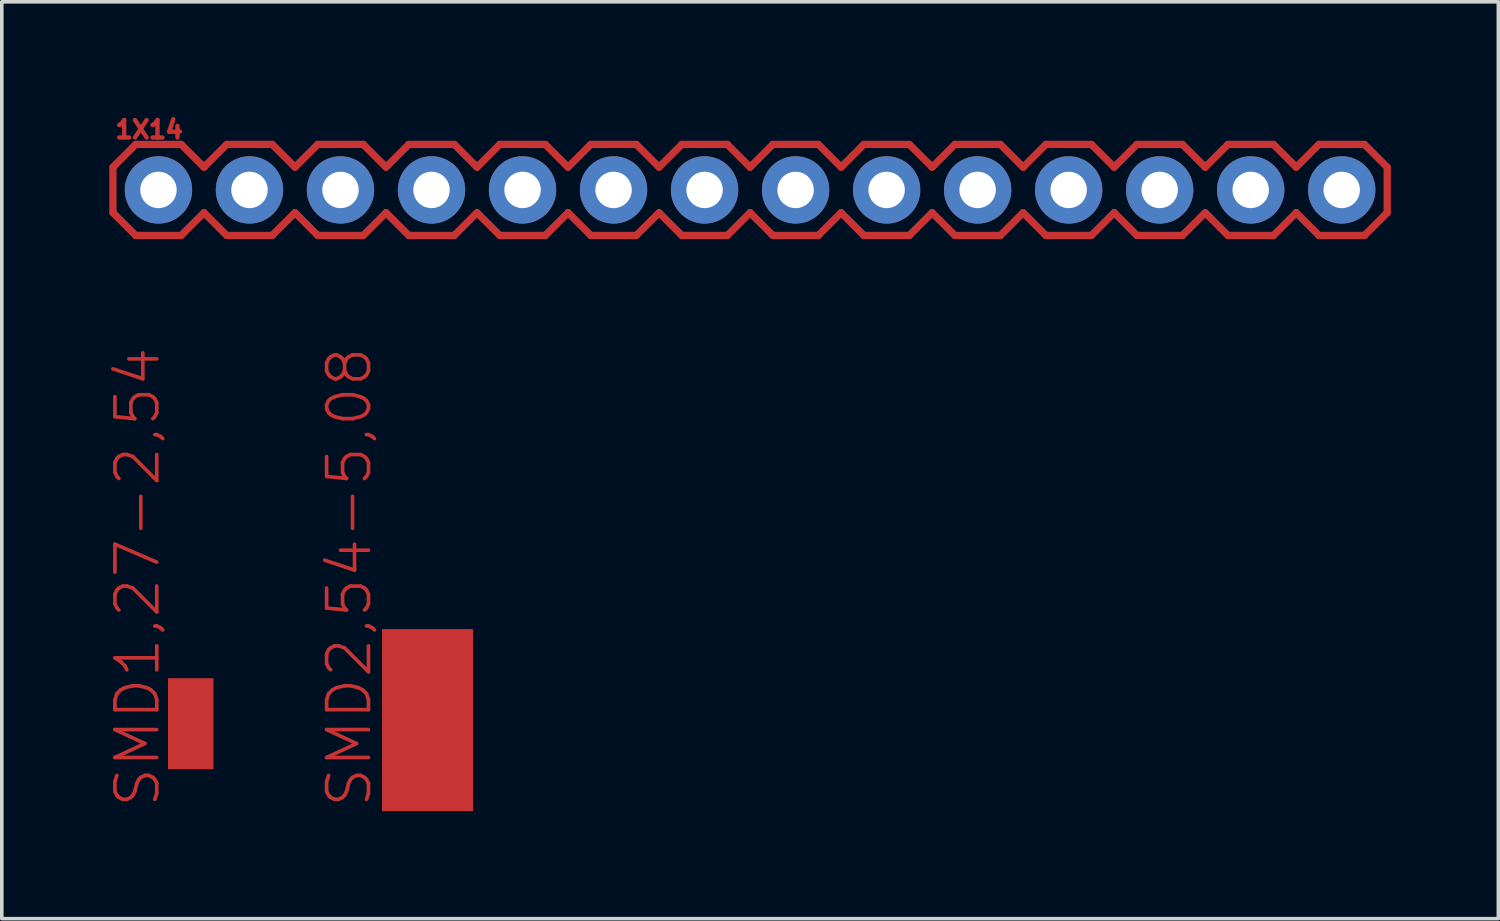
<source format=kicad_pcb>
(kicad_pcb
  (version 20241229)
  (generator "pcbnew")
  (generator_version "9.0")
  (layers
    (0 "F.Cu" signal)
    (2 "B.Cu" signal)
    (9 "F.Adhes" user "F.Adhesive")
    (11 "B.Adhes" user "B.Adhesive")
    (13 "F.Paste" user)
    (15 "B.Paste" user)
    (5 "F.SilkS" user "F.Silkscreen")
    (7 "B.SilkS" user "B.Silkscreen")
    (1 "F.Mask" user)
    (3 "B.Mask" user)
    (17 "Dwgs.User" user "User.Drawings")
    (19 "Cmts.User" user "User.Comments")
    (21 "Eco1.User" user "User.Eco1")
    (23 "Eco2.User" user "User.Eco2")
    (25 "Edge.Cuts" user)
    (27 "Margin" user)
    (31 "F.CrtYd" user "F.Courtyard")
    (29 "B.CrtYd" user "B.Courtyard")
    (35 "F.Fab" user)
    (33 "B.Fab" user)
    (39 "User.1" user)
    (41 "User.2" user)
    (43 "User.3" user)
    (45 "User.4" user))
  (footprint "SMD2,54-5,08"
    (layer "F.Cu")
    (at 8.881 17.046)
    (property "Reference" "SMD2,54-5,08" (at -1.5 2.5 90) (layer "F.Cu") (effects (font (size 1.168 1.168) (thickness 0.102)) (justify left bottom)))
    (pad "1" smd rect (at 0 0) (size 2.54 5.08) (layers "F.Cu" "F.Mask" "F.Paste")))
  (footprint "1X14"
    (layer "F.Cu")
    (at 1.372 2.25)
    (property "Reference" "1X14" (at -1.27 -1.397 0) (layer "F.Cu") (effects (font (size 0.488 0.488) (thickness 0.122)) (justify left bottom)))
    (fp_line (start -1.27 -0.635) (end -1.27 0.635) (stroke (width 0.203) (type solid)) (layer "F.Cu"))
    (fp_line (start -1.27 0.635) (end -0.635 1.27) (stroke (width 0.203) (type solid)) (layer "F.Cu"))
    (fp_line (start -0.635 -1.27) (end -1.27 -0.635) (stroke (width 0.203) (type solid)) (layer "F.Cu"))
    (fp_line (start -0.635 -1.27) (end 0.635 -1.27) (stroke (width 0.203) (type solid)) (layer "F.Cu"))
    (fp_line (start 0.635 -1.27) (end 1.27 -0.635) (stroke (width 0.203) (type solid)) (layer "F.Cu"))
    (fp_line (start 0.635 1.27) (end -0.635 1.27) (stroke (width 0.203) (type solid)) (layer "F.Cu"))
    (fp_line (start 1.27 -0.635) (end 1.905 -1.27) (stroke (width 0.203) (type solid)) (layer "F.Cu"))
    (fp_line (start 1.27 0.635) (end 0.635 1.27) (stroke (width 0.203) (type solid)) (layer "F.Cu"))
    (fp_line (start 1.905 -1.27) (end 3.175 -1.27) (stroke (width 0.203) (type solid)) (layer "F.Cu"))
    (fp_line (start 1.905 1.27) (end 1.27 0.635) (stroke (width 0.203) (type solid)) (layer "F.Cu"))
    (fp_line (start 3.175 -1.27) (end 3.81 -0.635) (stroke (width 0.203) (type solid)) (layer "F.Cu"))
    (fp_line (start 3.175 1.27) (end 1.905 1.27) (stroke (width 0.203) (type solid)) (layer "F.Cu"))
    (fp_line (start 3.81 -0.635) (end 4.445 -1.27) (stroke (width 0.203) (type solid)) (layer "F.Cu"))
    (fp_line (start 3.81 0.635) (end 3.175 1.27) (stroke (width 0.203) (type solid)) (layer "F.Cu"))
    (fp_line (start 4.445 -1.27) (end 5.715 -1.27) (stroke (width 0.203) (type solid)) (layer "F.Cu"))
    (fp_line (start 4.445 1.27) (end 3.81 0.635) (stroke (width 0.203) (type solid)) (layer "F.Cu"))
    (fp_line (start 5.715 -1.27) (end 6.35 -0.635) (stroke (width 0.203) (type solid)) (layer "F.Cu"))
    (fp_line (start 5.715 1.27) (end 4.445 1.27) (stroke (width 0.203) (type solid)) (layer "F.Cu"))
    (fp_line (start 6.35 0.635) (end 5.715 1.27) (stroke (width 0.203) (type solid)) (layer "F.Cu"))
    (fp_line (start 6.35 0.635) (end 6.985 1.27) (stroke (width 0.203) (type solid)) (layer "F.Cu"))
    (fp_line (start 6.985 -1.27) (end 6.35 -0.635) (stroke (width 0.203) (type solid)) (layer "F.Cu"))
    (fp_line (start 6.985 -1.27) (end 8.255 -1.27) (stroke (width 0.203) (type solid)) (layer "F.Cu"))
    (fp_line (start 8.255 -1.27) (end 8.89 -0.635) (stroke (width 0.203) (type solid)) (layer "F.Cu"))
    (fp_line (start 8.255 1.27) (end 6.985 1.27) (stroke (width 0.203) (type solid)) (layer "F.Cu"))
    (fp_line (start 8.89 -0.635) (end 9.525 -1.27) (stroke (width 0.203) (type solid)) (layer "F.Cu"))
    (fp_line (start 8.89 0.635) (end 8.255 1.27) (stroke (width 0.203) (type solid)) (layer "F.Cu"))
    (fp_line (start 9.525 -1.27) (end 10.795 -1.27) (stroke (width 0.203) (type solid)) (layer "F.Cu"))
    (fp_line (start 9.525 1.27) (end 8.89 0.635) (stroke (width 0.203) (type solid)) (layer "F.Cu"))
    (fp_line (start 10.795 -1.27) (end 11.43 -0.635) (stroke (width 0.203) (type solid)) (layer "F.Cu"))
    (fp_line (start 10.795 1.27) (end 9.525 1.27) (stroke (width 0.203) (type solid)) (layer "F.Cu"))
    (fp_line (start 11.43 -0.635) (end 12.065 -1.27) (stroke (width 0.203) (type solid)) (layer "F.Cu"))
    (fp_line (start 11.43 0.635) (end 10.795 1.27) (stroke (width 0.203) (type solid)) (layer "F.Cu"))
    (fp_line (start 12.065 -1.27) (end 13.335 -1.27) (stroke (width 0.203) (type solid)) (layer "F.Cu"))
    (fp_line (start 12.065 1.27) (end 11.43 0.635) (stroke (width 0.203) (type solid)) (layer "F.Cu"))
    (fp_line (start 13.335 -1.27) (end 13.97 -0.635) (stroke (width 0.203) (type solid)) (layer "F.Cu"))
    (fp_line (start 13.335 1.27) (end 12.065 1.27) (stroke (width 0.203) (type solid)) (layer "F.Cu"))
    (fp_line (start 13.97 0.635) (end 13.335 1.27) (stroke (width 0.203) (type solid)) (layer "F.Cu"))
    (fp_line (start 13.97 0.635) (end 14.605 1.27) (stroke (width 0.203) (type solid)) (layer "F.Cu"))
    (fp_line (start 14.605 -1.27) (end 13.97 -0.635) (stroke (width 0.203) (type solid)) (layer "F.Cu"))
    (fp_line (start 14.605 -1.27) (end 15.875 -1.27) (stroke (width 0.203) (type solid)) (layer "F.Cu"))
    (fp_line (start 15.875 -1.27) (end 16.51 -0.635) (stroke (width 0.203) (type solid)) (layer "F.Cu"))
    (fp_line (start 15.875 1.27) (end 14.605 1.27) (stroke (width 0.203) (type solid)) (layer "F.Cu"))
    (fp_line (start 16.51 0.635) (end 15.875 1.27) (stroke (width 0.203) (type solid)) (layer "F.Cu"))
    (fp_line (start 16.51 0.635) (end 17.145 1.27) (stroke (width 0.203) (type solid)) (layer "F.Cu"))
    (fp_line (start 17.145 -1.27) (end 16.51 -0.635) (stroke (width 0.203) (type solid)) (layer "F.Cu"))
    (fp_line (start 17.145 -1.27) (end 18.415 -1.27) (stroke (width 0.203) (type solid)) (layer "F.Cu"))
    (fp_line (start 18.415 -1.27) (end 19.05 -0.635) (stroke (width 0.203) (type solid)) (layer "F.Cu"))
    (fp_line (start 18.415 1.27) (end 17.145 1.27) (stroke (width 0.203) (type solid)) (layer "F.Cu"))
    (fp_line (start 19.05 -0.635) (end 19.685 -1.27) (stroke (width 0.203) (type solid)) (layer "F.Cu"))
    (fp_line (start 19.05 0.635) (end 18.415 1.27) (stroke (width 0.203) (type solid)) (layer "F.Cu"))
    (fp_line (start 19.685 -1.27) (end 20.955 -1.27) (stroke (width 0.203) (type solid)) (layer "F.Cu"))
    (fp_line (start 19.685 1.27) (end 19.05 0.635) (stroke (width 0.203) (type solid)) (layer "F.Cu"))
    (fp_line (start 20.955 -1.27) (end 21.59 -0.635) (stroke (width 0.203) (type solid)) (layer "F.Cu"))
    (fp_line (start 20.955 1.27) (end 19.685 1.27) (stroke (width 0.203) (type solid)) (layer "F.Cu"))
    (fp_line (start 21.59 -0.635) (end 22.225 -1.27) (stroke (width 0.203) (type solid)) (layer "F.Cu"))
    (fp_line (start 21.59 0.635) (end 20.955 1.27) (stroke (width 0.203) (type solid)) (layer "F.Cu"))
    (fp_line (start 22.225 -1.27) (end 23.495 -1.27) (stroke (width 0.203) (type solid)) (layer "F.Cu"))
    (fp_line (start 22.225 1.27) (end 21.59 0.635) (stroke (width 0.203) (type solid)) (layer "F.Cu"))
    (fp_line (start 23.495 -1.27) (end 24.13 -0.635) (stroke (width 0.203) (type solid)) (layer "F.Cu"))
    (fp_line (start 23.495 1.27) (end 22.225 1.27) (stroke (width 0.203) (type solid)) (layer "F.Cu"))
    (fp_line (start 24.13 0.635) (end 23.495 1.27) (stroke (width 0.203) (type solid)) (layer "F.Cu"))
    (fp_line (start 24.13 0.635) (end 24.765 1.27) (stroke (width 0.203) (type solid)) (layer "F.Cu"))
    (fp_line (start 24.765 -1.27) (end 24.13 -0.635) (stroke (width 0.203) (type solid)) (layer "F.Cu"))
    (fp_line (start 24.765 -1.27) (end 26.035 -1.27) (stroke (width 0.203) (type solid)) (layer "F.Cu"))
    (fp_line (start 26.035 -1.27) (end 26.67 -0.635) (stroke (width 0.203) (type solid)) (layer "F.Cu"))
    (fp_line (start 26.035 1.27) (end 24.765 1.27) (stroke (width 0.203) (type solid)) (layer "F.Cu"))
    (fp_line (start 26.67 -0.635) (end 27.305 -1.27) (stroke (width 0.203) (type solid)) (layer "F.Cu"))
    (fp_line (start 26.67 0.635) (end 26.035 1.27) (stroke (width 0.203) (type solid)) (layer "F.Cu"))
    (fp_line (start 27.305 -1.27) (end 28.575 -1.27) (stroke (width 0.203) (type solid)) (layer "F.Cu"))
    (fp_line (start 27.305 1.27) (end 26.67 0.635) (stroke (width 0.203) (type solid)) (layer "F.Cu"))
    (fp_line (start 28.575 -1.27) (end 29.21 -0.635) (stroke (width 0.203) (type solid)) (layer "F.Cu"))
    (fp_line (start 28.575 1.27) (end 27.305 1.27) (stroke (width 0.203) (type solid)) (layer "F.Cu"))
    (fp_line (start 29.21 -0.635) (end 29.845 -1.27) (stroke (width 0.203) (type solid)) (layer "F.Cu"))
    (fp_line (start 29.21 0.635) (end 28.575 1.27) (stroke (width 0.203) (type solid)) (layer "F.Cu"))
    (fp_line (start 29.845 -1.27) (end 31.115 -1.27) (stroke (width 0.203) (type solid)) (layer "F.Cu"))
    (fp_line (start 29.845 1.27) (end 29.21 0.635) (stroke (width 0.203) (type solid)) (layer "F.Cu"))
    (fp_line (start 31.115 -1.27) (end 31.75 -0.635) (stroke (width 0.203) (type solid)) (layer "F.Cu"))
    (fp_line (start 31.115 1.27) (end 29.845 1.27) (stroke (width 0.203) (type solid)) (layer "F.Cu"))
    (fp_line (start 31.75 0.635) (end 31.115 1.27) (stroke (width 0.203) (type solid)) (layer "F.Cu"))
    (fp_line (start 31.75 0.635) (end 32.385 1.27) (stroke (width 0.203) (type solid)) (layer "F.Cu"))
    (fp_line (start 32.385 -1.27) (end 31.75 -0.635) (stroke (width 0.203) (type solid)) (layer "F.Cu"))
    (fp_line (start 32.385 -1.27) (end 33.655 -1.27) (stroke (width 0.203) (type solid)) (layer "F.Cu"))
    (fp_line (start 33.655 -1.27) (end 34.29 -0.635) (stroke (width 0.203) (type solid)) (layer "F.Cu"))
    (fp_line (start 33.655 1.27) (end 32.385 1.27) (stroke (width 0.203) (type solid)) (layer "F.Cu"))
    (fp_line (start 34.29 -0.635) (end 34.29 0.635) (stroke (width 0.203) (type solid)) (layer "F.Cu"))
    (fp_line (start 34.29 0.635) (end 33.655 1.27) (stroke (width 0.203) (type solid)) (layer "F.Cu"))
    (fp_poly (pts (xy -0.254 0.254) (xy 0.254 0.254) (xy 0.254 -0.254) (xy -0.254 -0.254)) (stroke (width 0) (type solid)) (fill yes) (layer "F.Cu"))
    (fp_poly (pts (xy 2.286 0.254) (xy 2.794 0.254) (xy 2.794 -0.254) (xy 2.286 -0.254)) (stroke (width 0) (type solid)) (fill yes) (layer "F.Cu"))
    (fp_poly (pts (xy 4.826 0.254) (xy 5.334 0.254) (xy 5.334 -0.254) (xy 4.826 -0.254)) (stroke (width 0) (type solid)) (fill yes) (layer "F.Cu"))
    (fp_poly (pts (xy 7.366 0.254) (xy 7.874 0.254) (xy 7.874 -0.254) (xy 7.366 -0.254)) (stroke (width 0) (type solid)) (fill yes) (layer "F.Cu"))
    (fp_poly (pts (xy 9.906 0.254) (xy 10.414 0.254) (xy 10.414 -0.254) (xy 9.906 -0.254)) (stroke (width 0) (type solid)) (fill yes) (layer "F.Cu"))
    (fp_poly (pts (xy 12.446 0.254) (xy 12.954 0.254) (xy 12.954 -0.254) (xy 12.446 -0.254)) (stroke (width 0) (type solid)) (fill yes) (layer "F.Cu"))
    (fp_poly (pts (xy 14.986 0.254) (xy 15.494 0.254) (xy 15.494 -0.254) (xy 14.986 -0.254)) (stroke (width 0) (type solid)) (fill yes) (layer "F.Cu"))
    (fp_poly (pts (xy 17.526 0.254) (xy 18.034 0.254) (xy 18.034 -0.254) (xy 17.526 -0.254)) (stroke (width 0) (type solid)) (fill yes) (layer "F.Cu"))
    (fp_poly (pts (xy 20.066 0.254) (xy 20.574 0.254) (xy 20.574 -0.254) (xy 20.066 -0.254)) (stroke (width 0) (type solid)) (fill yes) (layer "F.Cu"))
    (fp_poly (pts (xy 22.606 0.254) (xy 23.114 0.254) (xy 23.114 -0.254) (xy 22.606 -0.254)) (stroke (width 0) (type solid)) (fill yes) (layer "F.Cu"))
    (fp_poly (pts (xy 25.146 0.254) (xy 25.654 0.254) (xy 25.654 -0.254) (xy 25.146 -0.254)) (stroke (width 0) (type solid)) (fill yes) (layer "F.Cu"))
    (fp_poly (pts (xy 27.686 0.254) (xy 28.194 0.254) (xy 28.194 -0.254) (xy 27.686 -0.254)) (stroke (width 0) (type solid)) (fill yes) (layer "F.Cu"))
    (fp_poly (pts (xy 30.226 0.254) (xy 30.734 0.254) (xy 30.734 -0.254) (xy 30.226 -0.254)) (stroke (width 0) (type solid)) (fill yes) (layer "F.Cu"))
    (fp_poly (pts (xy 32.766 0.254) (xy 33.274 0.254) (xy 33.274 -0.254) (xy 32.766 -0.254)) (stroke (width 0) (type solid)) (fill yes) (layer "F.Cu"))
    (pad "1" thru_hole circle (at 0 0 90) (size 1.88 1.88) (drill 1.016) (layers "*.Cu" "*.Mask"))
    (pad "2" thru_hole circle (at 2.54 0 90) (size 1.88 1.88) (drill 1.016) (layers "*.Cu" "*.Mask"))
    (pad "3" thru_hole circle (at 5.08 0 90) (size 1.88 1.88) (drill 1.016) (layers "*.Cu" "*.Mask"))
    (pad "4" thru_hole circle (at 7.62 0 90) (size 1.88 1.88) (drill 1.016) (layers "*.Cu" "*.Mask"))
    (pad "5" thru_hole circle (at 10.16 0 90) (size 1.88 1.88) (drill 1.016) (layers "*.Cu" "*.Mask"))
    (pad "6" thru_hole circle (at 12.7 0 90) (size 1.88 1.88) (drill 1.016) (layers "*.Cu" "*.Mask"))
    (pad "7" thru_hole circle (at 15.24 0 90) (size 1.88 1.88) (drill 1.016) (layers "*.Cu" "*.Mask"))
    (pad "8" thru_hole circle (at 17.78 0 90) (size 1.88 1.88) (drill 1.016) (layers "*.Cu" "*.Mask"))
    (pad "9" thru_hole circle (at 20.32 0 90) (size 1.88 1.88) (drill 1.016) (layers "*.Cu" "*.Mask"))
    (pad "10" thru_hole circle (at 22.86 0 90) (size 1.88 1.88) (drill 1.016) (layers "*.Cu" "*.Mask"))
    (pad "11" thru_hole circle (at 25.4 0 90) (size 1.88 1.88) (drill 1.016) (layers "*.Cu" "*.Mask"))
    (pad "12" thru_hole circle (at 27.94 0 90) (size 1.88 1.88) (drill 1.016) (layers "*.Cu" "*.Mask"))
    (pad "13" thru_hole circle (at 30.48 0 90) (size 1.88 1.88) (drill 1.016) (layers "*.Cu" "*.Mask"))
    (pad "14" thru_hole circle (at 33.02 0 90) (size 1.88 1.88) (drill 1.016) (layers "*.Cu" "*.Mask")))
  (footprint "SMD1,27-2,54"
    (layer "F.Cu")
    (at 2.273 17.146)
    (property "Reference" "SMD1,27-2,54" (at -0.8 2.4 90) (layer "F.Cu") (effects (font (size 1.168 1.168) (thickness 0.102)) (justify left bottom)))
    (pad "1" smd rect (at 0 0) (size 1.27 2.54) (layers "F.Cu" "F.Mask" "F.Paste")))
  (gr_rect
    (start -3 -3)
    (end 38.763 22.586)
    (stroke (width 0.1) (type default))
    (fill no)
    (layer "Edge.Cuts")))
</source>
